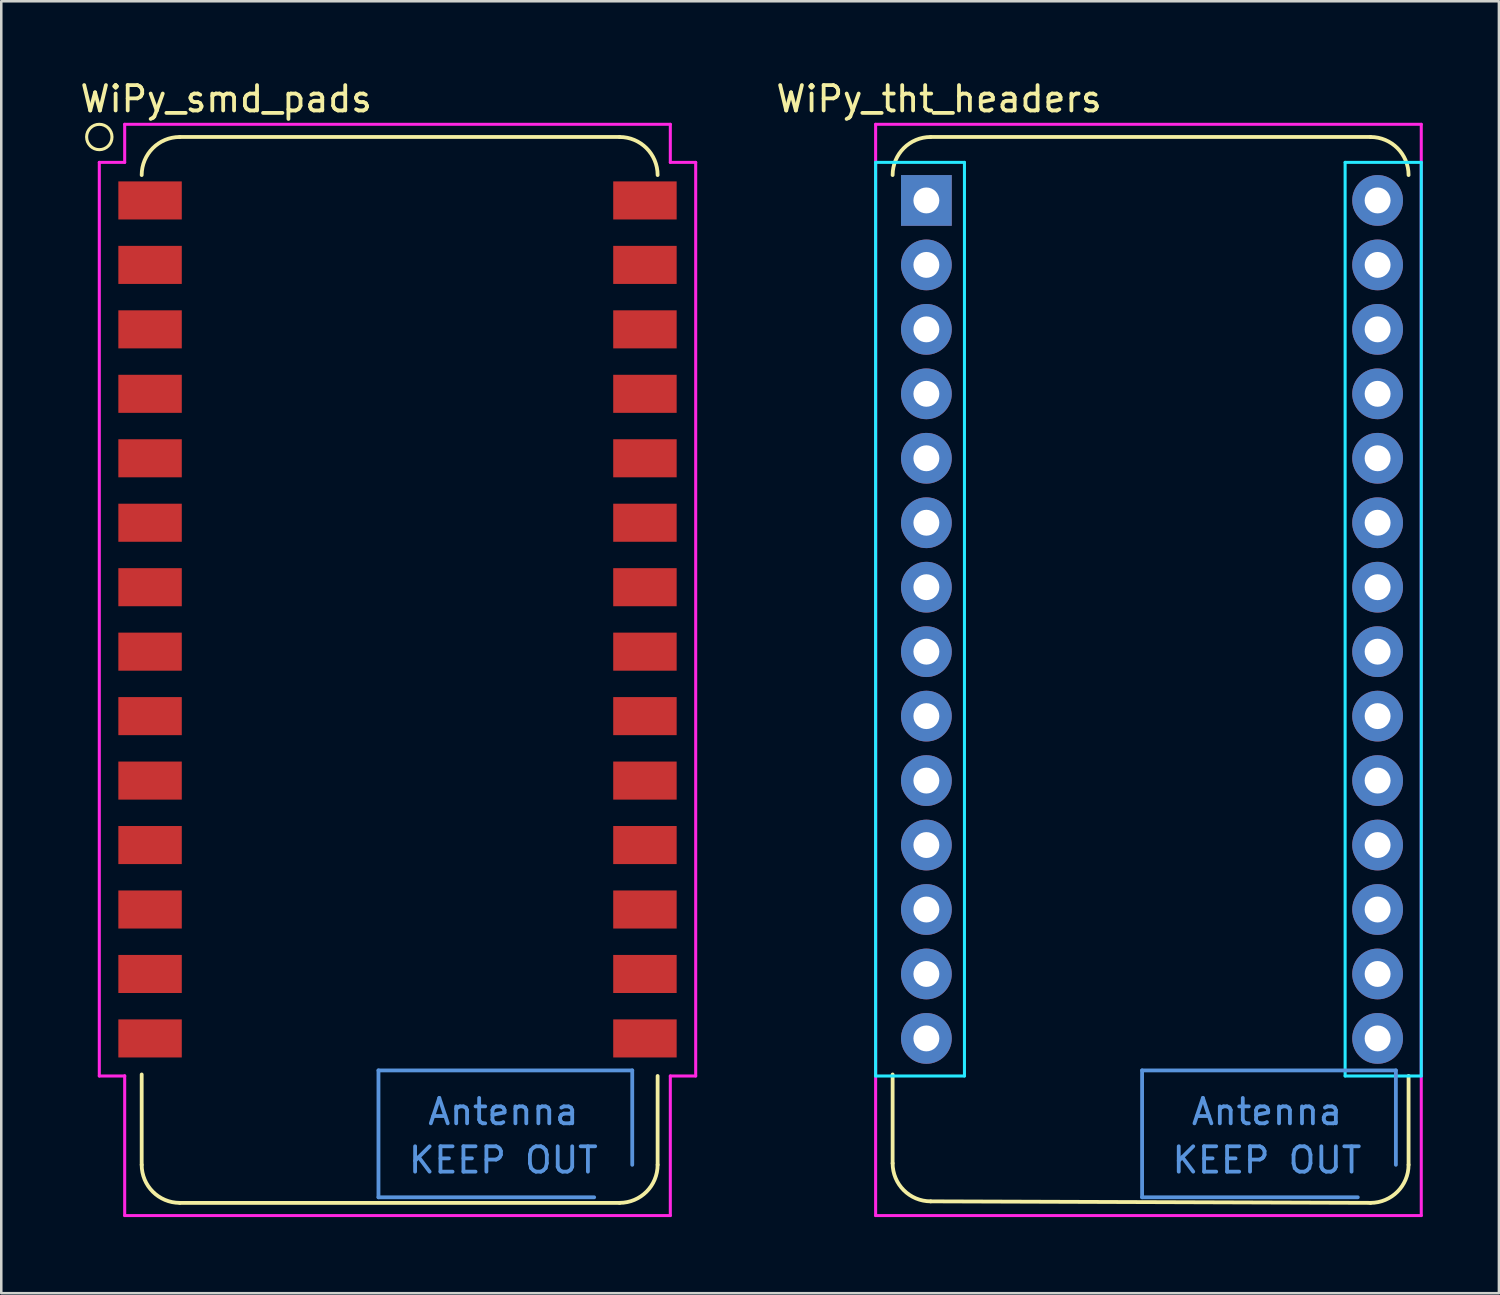
<source format=kicad_pcb>
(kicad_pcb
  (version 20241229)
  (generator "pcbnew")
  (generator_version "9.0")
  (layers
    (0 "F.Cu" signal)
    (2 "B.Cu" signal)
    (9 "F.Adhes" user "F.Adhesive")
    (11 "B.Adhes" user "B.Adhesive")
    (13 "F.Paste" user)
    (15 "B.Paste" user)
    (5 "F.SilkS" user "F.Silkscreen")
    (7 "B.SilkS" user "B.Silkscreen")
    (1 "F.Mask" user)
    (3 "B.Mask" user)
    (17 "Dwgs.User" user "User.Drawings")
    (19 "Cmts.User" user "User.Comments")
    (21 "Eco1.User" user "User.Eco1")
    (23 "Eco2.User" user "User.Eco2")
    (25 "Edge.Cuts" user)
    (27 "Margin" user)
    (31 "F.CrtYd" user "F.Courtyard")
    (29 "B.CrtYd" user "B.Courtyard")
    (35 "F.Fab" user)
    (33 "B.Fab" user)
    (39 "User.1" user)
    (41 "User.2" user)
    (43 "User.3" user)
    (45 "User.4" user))
  (footprint "WiPy_tht_headers"
    (layer "F.Cu")
    (at 42.953 24.348)
    (property "Reference" "WiPy_tht_headers" (at -9 -23.5 0) (layer "F.SilkS") (effects (font (size 1 1) (thickness 0.15))))
    (attr through_hole)
    (fp_line (start -10.83 18.44) (end -10.83 14.94) (stroke (width 0.15) (type solid)) (layer "F.SilkS"))
    (fp_line (start -9.33 -22) (end 8 -22) (stroke (width 0.15) (type solid)) (layer "F.SilkS"))
    (fp_line (start 8 20) (end -9.33 19.94) (stroke (width 0.15) (type solid)) (layer "F.SilkS"))
    (fp_line (start 9.5 15) (end 9.5 18.5) (stroke (width 0.15) (type solid)) (layer "F.SilkS"))
    (fp_arc (start -10.83 -20.5) (mid -10.39066 -21.56066) (end -9.33 -22) (stroke (width 0.15) (type solid)) (layer "F.SilkS"))
    (fp_arc (start -9.33 19.94) (mid -10.39066 19.50066) (end -10.83 18.44) (stroke (width 0.15) (type solid)) (layer "F.SilkS"))
    (fp_arc (start 8 -22) (mid 9.06066 -21.56066) (end 9.5 -20.5) (stroke (width 0.15) (type solid)) (layer "F.SilkS"))
    (fp_arc (start 9.5 18.5) (mid 9.06066 19.56066) (end 8 20) (stroke (width 0.15) (type solid)) (layer "F.SilkS"))
    (fp_line (start -1 14.78) (end -1 19.78) (stroke (width 0.15) (type solid)) (layer "Cmts.User"))
    (fp_line (start -1 19.78) (end 7.5 19.78) (stroke (width 0.15) (type solid)) (layer "Cmts.User"))
    (fp_line (start 9 14.78) (end -1 14.78) (stroke (width 0.15) (type solid)) (layer "Cmts.User"))
    (fp_line (start 9 18.5) (end 9 14.78) (stroke (width 0.15) (type solid)) (layer "Cmts.User"))
    (fp_line (start -11.5 -21) (end -8 -21) (stroke (width 0.12) (type solid)) (layer "B.CrtYd"))
    (fp_line (start -11.5 15) (end -11.5 -21) (stroke (width 0.12) (type solid)) (layer "B.CrtYd"))
    (fp_line (start -8 -21) (end -8 15) (stroke (width 0.12) (type solid)) (layer "B.CrtYd"))
    (fp_line (start -8 15) (end -11.5 15) (stroke (width 0.12) (type solid)) (layer "B.CrtYd"))
    (fp_line (start 7 -21) (end 10 -21) (stroke (width 0.12) (type solid)) (layer "B.CrtYd"))
    (fp_line (start 7 15) (end 7 -21) (stroke (width 0.12) (type solid)) (layer "B.CrtYd"))
    (fp_line (start 10 -21) (end 10 15) (stroke (width 0.12) (type solid)) (layer "B.CrtYd"))
    (fp_line (start 10 15) (end 7 15) (stroke (width 0.12) (type solid)) (layer "B.CrtYd"))
    (fp_line (start -11.5 -22.5) (end 10 -22.5) (stroke (width 0.12) (type solid)) (layer "F.CrtYd"))
    (fp_line (start -11.5 20.5) (end -11.5 -22.5) (stroke (width 0.12) (type solid)) (layer "F.CrtYd"))
    (fp_line (start 10 -22.5) (end 10 20.5) (stroke (width 0.12) (type solid)) (layer "F.CrtYd"))
    (fp_line (start 10 20.5) (end -11.5 20.5) (stroke (width 0.12) (type solid)) (layer "F.CrtYd"))
    (fp_text user "Antenna" (at 3.92 16.41 0) (layer "Cmts.User") (effects (font (size 1 1) (thickness 0.15))))
    (fp_text user "KEEP OUT" (at 3.92 18.315 0) (layer "Cmts.User") (effects (font (size 1 1) (thickness 0.15))))
    (pad "1" thru_hole rect (at -9.5 -19.5 270) (size 2 2) (drill 1.02) (layers "*.Cu" "*.Mask"))
    (pad "2" thru_hole circle (at -9.5 -16.96 270) (size 2 2) (drill 1.02) (layers "*.Cu" "*.Mask"))
    (pad "3" thru_hole circle (at -9.5 -14.42 270) (size 2 2) (drill 1.02) (layers "*.Cu" "*.Mask"))
    (pad "4" thru_hole circle (at -9.5 -11.88 270) (size 2 2) (drill 1.02) (layers "*.Cu" "*.Mask"))
    (pad "5" thru_hole circle (at -9.5 -9.34 270) (size 2 2) (drill 1.02) (layers "*.Cu" "*.Mask"))
    (pad "6" thru_hole circle (at -9.5 -6.8 270) (size 2 2) (drill 1.02) (layers "*.Cu" "*.Mask"))
    (pad "7" thru_hole circle (at -9.5 -4.26 270) (size 2 2) (drill 1.02) (layers "*.Cu" "*.Mask"))
    (pad "8" thru_hole circle (at -9.5 -1.72 270) (size 2 2) (drill 1.02) (layers "*.Cu" "*.Mask"))
    (pad "9" thru_hole circle (at -9.5 0.82 270) (size 2 2) (drill 1.02) (layers "*.Cu" "*.Mask"))
    (pad "10" thru_hole circle (at -9.5 3.36 270) (size 2 2) (drill 1.02) (layers "*.Cu" "*.Mask"))
    (pad "11" thru_hole circle (at -9.5 5.9 270) (size 2 2) (drill 1.02) (layers "*.Cu" "*.Mask"))
    (pad "12" thru_hole circle (at -9.5 8.44 270) (size 2 2) (drill 1.02) (layers "*.Cu" "*.Mask"))
    (pad "13" thru_hole circle (at -9.5 10.98 270) (size 2 2) (drill 1.02) (layers "*.Cu" "*.Mask"))
    (pad "14" thru_hole circle (at -9.5 13.52 270) (size 2 2) (drill 1.02) (layers "*.Cu" "*.Mask"))
    (pad "15" thru_hole circle (at 8.28 13.52 270) (size 2 2) (drill 1.02) (layers "*.Cu" "*.Mask"))
    (pad "16" thru_hole circle (at 8.28 10.98 270) (size 2 2) (drill 1.02) (layers "*.Cu" "*.Mask"))
    (pad "17" thru_hole circle (at 8.28 8.44 270) (size 2 2) (drill 1.02) (layers "*.Cu" "*.Mask"))
    (pad "18" thru_hole circle (at 8.28 5.9 270) (size 2 2) (drill 1.02) (layers "*.Cu" "*.Mask"))
    (pad "19" thru_hole circle (at 8.28 3.36 270) (size 2 2) (drill 1.02) (layers "*.Cu" "*.Mask"))
    (pad "20" thru_hole circle (at 8.28 0.82 270) (size 2 2) (drill 1.02) (layers "*.Cu" "*.Mask"))
    (pad "21" thru_hole circle (at 8.28 -1.72 270) (size 2 2) (drill 1.02) (layers "*.Cu" "*.Mask"))
    (pad "22" thru_hole circle (at 8.28 -4.26 270) (size 2 2) (drill 1.02) (layers "*.Cu" "*.Mask"))
    (pad "23" thru_hole circle (at 8.28 -6.8 270) (size 2 2) (drill 1.02) (layers "*.Cu" "*.Mask"))
    (pad "24" thru_hole circle (at 8.28 -9.34 270) (size 2 2) (drill 1.02) (layers "*.Cu" "*.Mask"))
    (pad "25" thru_hole circle (at 8.28 -11.88 270) (size 2 2) (drill 1.02) (layers "*.Cu" "*.Mask"))
    (pad "26" thru_hole circle (at 8.28 -14.42 270) (size 2 2) (drill 1.02) (layers "*.Cu" "*.Mask"))
    (pad "27" thru_hole circle (at 8.28 -16.96 270) (size 2 2) (drill 1.02) (layers "*.Cu" "*.Mask"))
    (pad "28" thru_hole circle (at 8.28 -19.5 270) (size 2 2) (drill 1.02) (layers "*.Cu" "*.Mask")))
  (footprint "WiPy_smd_pads"
    (layer "F.Cu")
    (at 13.363 24.348)
    (property "Reference" "WiPy_smd_pads" (at -7.5 -23.5 0) (layer "F.SilkS") (effects (font (size 1 1) (thickness 0.15))))
    (attr through_hole)
    (fp_line (start -10.83 18.5) (end -10.83 14.94) (stroke (width 0.15) (type solid)) (layer "F.SilkS"))
    (fp_line (start -9.33 -22) (end 8 -22) (stroke (width 0.15) (type solid)) (layer "F.SilkS"))
    (fp_line (start 8 20) (end -9.33 20) (stroke (width 0.15) (type solid)) (layer "F.SilkS"))
    (fp_line (start 9.5 15) (end 9.5 18.5) (stroke (width 0.15) (type solid)) (layer "F.SilkS"))
    (fp_arc (start -10.83 -20.5) (mid -10.39066 -21.56066) (end -9.33 -22) (stroke (width 0.15) (type solid)) (layer "F.SilkS"))
    (fp_arc (start -9.33 20) (mid -10.39066 19.56066) (end -10.83 18.5) (stroke (width 0.15) (type solid)) (layer "F.SilkS"))
    (fp_arc (start 8 -22) (mid 9.06066 -21.56066) (end 9.5 -20.5) (stroke (width 0.15) (type solid)) (layer "F.SilkS"))
    (fp_arc (start 9.5 18.5) (mid 9.06066 19.56066) (end 8 20) (stroke (width 0.15) (type solid)) (layer "F.SilkS"))
    (fp_circle (center -12.5 -22) (end -12.5 -21.5) (stroke (width 0.12) (type solid)) (fill no) (layer "F.SilkS"))
    (fp_line (start -1.5 14.78) (end -1.5 19.78) (stroke (width 0.15) (type solid)) (layer "Cmts.User"))
    (fp_line (start -1.5 19.78) (end 7 19.78) (stroke (width 0.15) (type solid)) (layer "Cmts.User"))
    (fp_line (start 8.5 14.78) (end -1.5 14.78) (stroke (width 0.15) (type solid)) (layer "Cmts.User"))
    (fp_line (start 8.5 18.5) (end 8.5 14.78) (stroke (width 0.15) (type solid)) (layer "Cmts.User"))
    (fp_line (start -12.5 15) (end -12.5 -21) (stroke (width 0.12) (type solid)) (layer "F.CrtYd"))
    (fp_line (start -11.5 -22.5) (end -11.5 -21) (stroke (width 0.12) (type solid)) (layer "F.CrtYd"))
    (fp_line (start -11.5 -22.5) (end 10 -22.5) (stroke (width 0.12) (type solid)) (layer "F.CrtYd"))
    (fp_line (start -11.5 -21) (end -12.5 -21) (stroke (width 0.12) (type solid)) (layer "F.CrtYd"))
    (fp_line (start -11.5 15) (end -12.5 15) (stroke (width 0.12) (type solid)) (layer "F.CrtYd"))
    (fp_line (start -11.5 15) (end -11.5 15) (stroke (width 0.12) (type solid)) (layer "F.CrtYd"))
    (fp_line (start -11.5 20.5) (end -11.5 15) (stroke (width 0.12) (type solid)) (layer "F.CrtYd"))
    (fp_line (start 10 -22.5) (end 10 -21) (stroke (width 0.12) (type solid)) (layer "F.CrtYd"))
    (fp_line (start 10 -21) (end 11 -21) (stroke (width 0.12) (type solid)) (layer "F.CrtYd"))
    (fp_line (start 10 20.5) (end -11.5 20.5) (stroke (width 0.12) (type solid)) (layer "F.CrtYd"))
    (fp_line (start 10 20.5) (end 10 15) (stroke (width 0.12) (type solid)) (layer "F.CrtYd"))
    (fp_line (start 11 -21) (end 11 15) (stroke (width 0.12) (type solid)) (layer "F.CrtYd"))
    (fp_line (start 11 15) (end 10 15) (stroke (width 0.12) (type solid)) (layer "F.CrtYd"))
    (fp_text user "KEEP OUT" (at 3.42 18.315 0) (layer "Cmts.User") (effects (font (size 1 1) (thickness 0.15))))
    (fp_text user "Antenna" (at 3.42 16.41 0) (layer "Cmts.User") (effects (font (size 1 1) (thickness 0.15))))
    (pad "1" smd rect (at -10.5 -19.5 270) (size 1.5 2.5) (layers "F.Cu" "F.Mask" "F.Paste"))
    (pad "2" smd rect (at -10.5 -16.96 270) (size 1.5 2.5) (layers "F.Cu" "F.Mask" "F.Paste"))
    (pad "3" smd rect (at -10.5 -14.42 270) (size 1.5 2.5) (layers "F.Cu" "F.Mask" "F.Paste"))
    (pad "4" smd rect (at -10.5 -11.88 270) (size 1.5 2.5) (layers "F.Cu" "F.Mask" "F.Paste"))
    (pad "5" smd rect (at -10.5 -9.34 270) (size 1.5 2.5) (layers "F.Cu" "F.Mask" "F.Paste"))
    (pad "6" smd rect (at -10.5 -6.8 270) (size 1.5 2.5) (layers "F.Cu" "F.Mask" "F.Paste"))
    (pad "7" smd rect (at -10.5 -4.26 270) (size 1.5 2.5) (layers "F.Cu" "F.Mask" "F.Paste"))
    (pad "8" smd rect (at -10.5 -1.72 270) (size 1.5 2.5) (layers "F.Cu" "F.Mask" "F.Paste"))
    (pad "9" smd rect (at -10.5 0.82 270) (size 1.5 2.5) (layers "F.Cu" "F.Mask" "F.Paste"))
    (pad "10" smd rect (at -10.5 3.36 270) (size 1.5 2.5) (layers "F.Cu" "F.Mask" "F.Paste"))
    (pad "11" smd rect (at -10.5 5.9 270) (size 1.5 2.5) (layers "F.Cu" "F.Mask" "F.Paste"))
    (pad "12" smd rect (at -10.5 8.44 270) (size 1.5 2.5) (layers "F.Cu" "F.Mask" "F.Paste"))
    (pad "13" smd rect (at -10.5 10.98 270) (size 1.5 2.5) (layers "F.Cu" "F.Mask" "F.Paste"))
    (pad "14" smd rect (at -10.5 13.52 270) (size 1.5 2.5) (layers "F.Cu" "F.Mask" "F.Paste"))
    (pad "15" smd rect (at 9 13.52 270) (size 1.5 2.5) (layers "F.Cu" "F.Mask" "F.Paste"))
    (pad "16" smd rect (at 9 10.98 270) (size 1.5 2.5) (layers "F.Cu" "F.Mask" "F.Paste"))
    (pad "17" smd rect (at 9 8.44 270) (size 1.5 2.5) (layers "F.Cu" "F.Mask" "F.Paste"))
    (pad "18" smd rect (at 9 5.9 270) (size 1.5 2.5) (layers "F.Cu" "F.Mask" "F.Paste"))
    (pad "19" smd rect (at 9 3.36 270) (size 1.5 2.5) (layers "F.Cu" "F.Mask" "F.Paste"))
    (pad "20" smd rect (at 9 0.82 270) (size 1.5 2.5) (layers "F.Cu" "F.Mask" "F.Paste"))
    (pad "21" smd rect (at 9 -1.72 270) (size 1.5 2.5) (layers "F.Cu" "F.Mask" "F.Paste"))
    (pad "22" smd rect (at 9 -4.26 270) (size 1.5 2.5) (layers "F.Cu" "F.Mask" "F.Paste"))
    (pad "23" smd rect (at 9 -6.8 270) (size 1.5 2.5) (layers "F.Cu" "F.Mask" "F.Paste"))
    (pad "24" smd rect (at 9 -9.34 270) (size 1.5 2.5) (layers "F.Cu" "F.Mask" "F.Paste"))
    (pad "25" smd rect (at 9 -11.88 270) (size 1.5 2.5) (layers "F.Cu" "F.Mask" "F.Paste"))
    (pad "26" smd rect (at 9 -14.42 270) (size 1.5 2.5) (layers "F.Cu" "F.Mask" "F.Paste"))
    (pad "27" smd rect (at 9 -16.96 270) (size 1.5 2.5) (layers "F.Cu" "F.Mask" "F.Paste"))
    (pad "28" smd rect (at 9 -19.5 270) (size 1.5 2.5) (layers "F.Cu" "F.Mask" "F.Paste")))
  (gr_rect
    (start -3 -3)
    (end 56.013 47.908)
    (stroke (width 0.1) (type default))
    (fill no)
    (layer "Edge.Cuts")))
</source>
